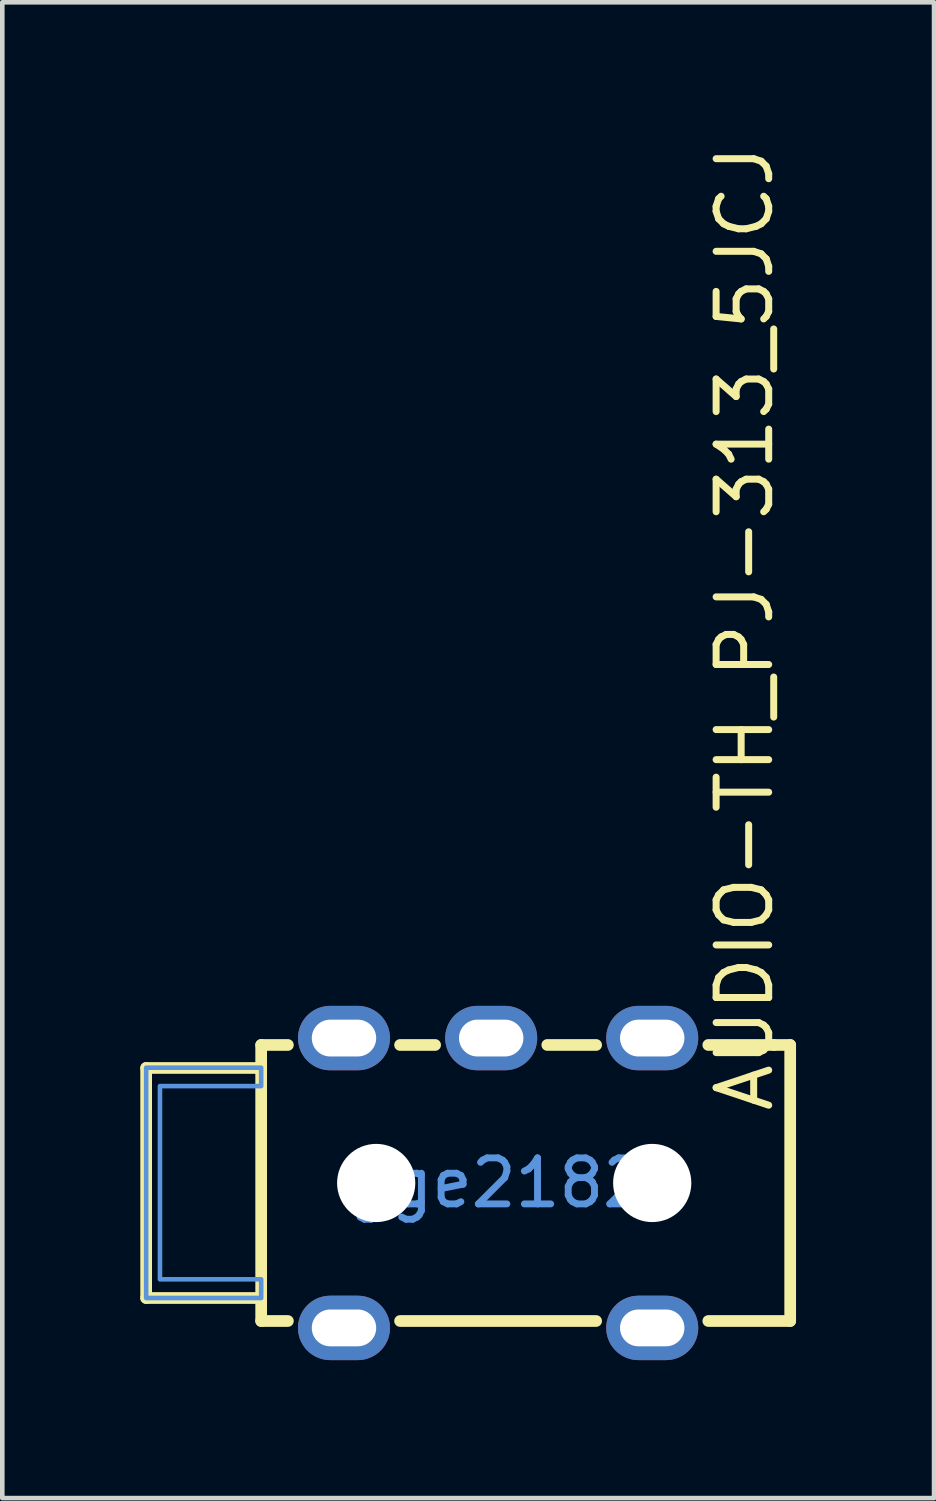
<source format=kicad_pcb>
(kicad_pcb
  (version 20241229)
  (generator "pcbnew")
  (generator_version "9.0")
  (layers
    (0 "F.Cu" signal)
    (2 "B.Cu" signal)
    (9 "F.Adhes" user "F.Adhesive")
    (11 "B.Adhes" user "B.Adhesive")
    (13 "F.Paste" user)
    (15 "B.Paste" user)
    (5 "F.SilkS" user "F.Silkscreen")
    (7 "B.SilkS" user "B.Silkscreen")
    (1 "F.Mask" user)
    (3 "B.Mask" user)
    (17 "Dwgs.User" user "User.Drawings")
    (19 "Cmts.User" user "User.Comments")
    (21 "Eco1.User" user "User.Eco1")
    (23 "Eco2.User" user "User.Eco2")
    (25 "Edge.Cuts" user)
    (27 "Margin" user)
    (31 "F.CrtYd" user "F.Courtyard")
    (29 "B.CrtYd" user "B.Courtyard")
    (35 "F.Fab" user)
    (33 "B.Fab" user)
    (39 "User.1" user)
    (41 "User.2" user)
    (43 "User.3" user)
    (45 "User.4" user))
  (footprint "AUDIO-TH_PJ-313_5JCJ"
    (layer "F.Cu")
    (at 7.777 22.664)
    (property "Reference" "AUDIO-TH_PJ-313_5JCJ" (at 5.361 -1.482 90) (layer "F.SilkS") (effects (font (size 1.143 1.143) (thickness 0.152)) (justify left)))
    (attr through_hole)
    (fp_line (start -7.65 -2.5) (end -7.65 2.5) (stroke (width 0.254) (type solid)) (layer "F.SilkS"))
    (fp_line (start -7.65 -2.5) (end -5.15 -2.5) (stroke (width 0.254) (type solid)) (layer "F.SilkS"))
    (fp_line (start -7.65 2.5) (end -5.15 2.5) (stroke (width 0.254) (type solid)) (layer "F.SilkS"))
    (fp_line (start -5.15 -3) (end -4.569 -3) (stroke (width 0.254) (type solid)) (layer "F.SilkS"))
    (fp_line (start -5.15 -2.5) (end -5.15 -2.487) (stroke (width 0.254) (type solid)) (layer "F.SilkS"))
    (fp_line (start -5.15 2.5) (end -5.15 -3) (stroke (width 0.254) (type solid)) (layer "F.SilkS"))
    (fp_line (start -5.15 3) (end -5.15 2.5) (stroke (width 0.254) (type solid)) (layer "F.SilkS"))
    (fp_line (start -4.569 3) (end -5.15 3) (stroke (width 0.254) (type solid)) (layer "F.SilkS"))
    (fp_line (start -2.131 -3) (end -1.369 -3) (stroke (width 0.254) (type solid)) (layer "F.SilkS"))
    (fp_line (start 1.069 -3) (end 2.131 -3) (stroke (width 0.254) (type solid)) (layer "F.SilkS"))
    (fp_line (start 2.131 3) (end -2.131 3) (stroke (width 0.254) (type solid)) (layer "F.SilkS"))
    (fp_line (start 4.569 -3) (end 6 -3) (stroke (width 0.254) (type solid)) (layer "F.SilkS"))
    (fp_line (start 6.001 -3) (end 6.349 -3) (stroke (width 0.254) (type solid)) (layer "F.SilkS"))
    (fp_line (start 6.349 -3) (end 6.349 3) (stroke (width 0.254) (type solid)) (layer "F.SilkS"))
    (fp_line (start 6.349 3) (end 4.569 3) (stroke (width 0.254) (type solid)) (layer "F.SilkS"))
    (fp_circle (center -2.65 0) (end -2.275 0) (stroke (width 0.75) (type solid)) (fill no) (layer "Cmts.User"))
    (fp_circle (center 3.35 0) (end 3.725 0) (stroke (width 0.75) (type solid)) (fill no) (layer "Cmts.User"))
    (fp_poly (pts (xy -5.15 -2.506) (xy -7.65 -2.506) (xy -7.65 -2.5) (xy -7.65 2.5) (xy -5.15 2.5) (xy -5.15 2.094) (xy -7.35 2.094) (xy -7.35 -2.106) (xy -5.15 -2.106)) (stroke (width 0.1) (type solid)) (fill no) (layer "Cmts.User"))
    (fp_text user "gge2182" (at 0 0 0) (layer "Cmts.User") (effects (font (size 1 1) (thickness 0.15))))
    (pad "" np_thru_hole circle (at -2.65 0) (size 1.7 1.7) (drill 1.7) (layers "*.Cu" "*.Mask"))
    (pad "" np_thru_hole circle (at 3.35 0) (size 1.7 1.7) (drill 1.7) (layers "*.Cu" "*.Mask"))
    (pad "2" thru_hole oval (at 3.35 -3.15 90) (size 1.4 2) (drill oval 0.8 1.4) (layers "*.Cu" "*.Mask"))
    (pad "2" thru_hole oval (at 3.35 3.15 90) (size 1.4 2) (drill oval 0.8 1.4) (layers "*.Cu" "*.Mask"))
    (pad "3" thru_hole oval (at -0.15 -3.15 90) (size 1.4 2) (drill oval 0.8 1.4) (layers "*.Cu" "*.Mask"))
    (pad "4" thru_hole oval (at -3.35 -3.15 90) (size 1.4 2) (drill oval 0.8 1.4) (layers "*.Cu" "*.Mask"))
    (pad "4" thru_hole oval (at -3.35 3.15 90) (size 1.4 2) (drill oval 0.8 1.4) (layers "*.Cu" "*.Mask")))
  (gr_rect
    (start -3 -3)
    (end 17.253 29.514)
    (stroke (width 0.1) (type default))
    (fill no)
    (layer "Edge.Cuts")))
</source>
